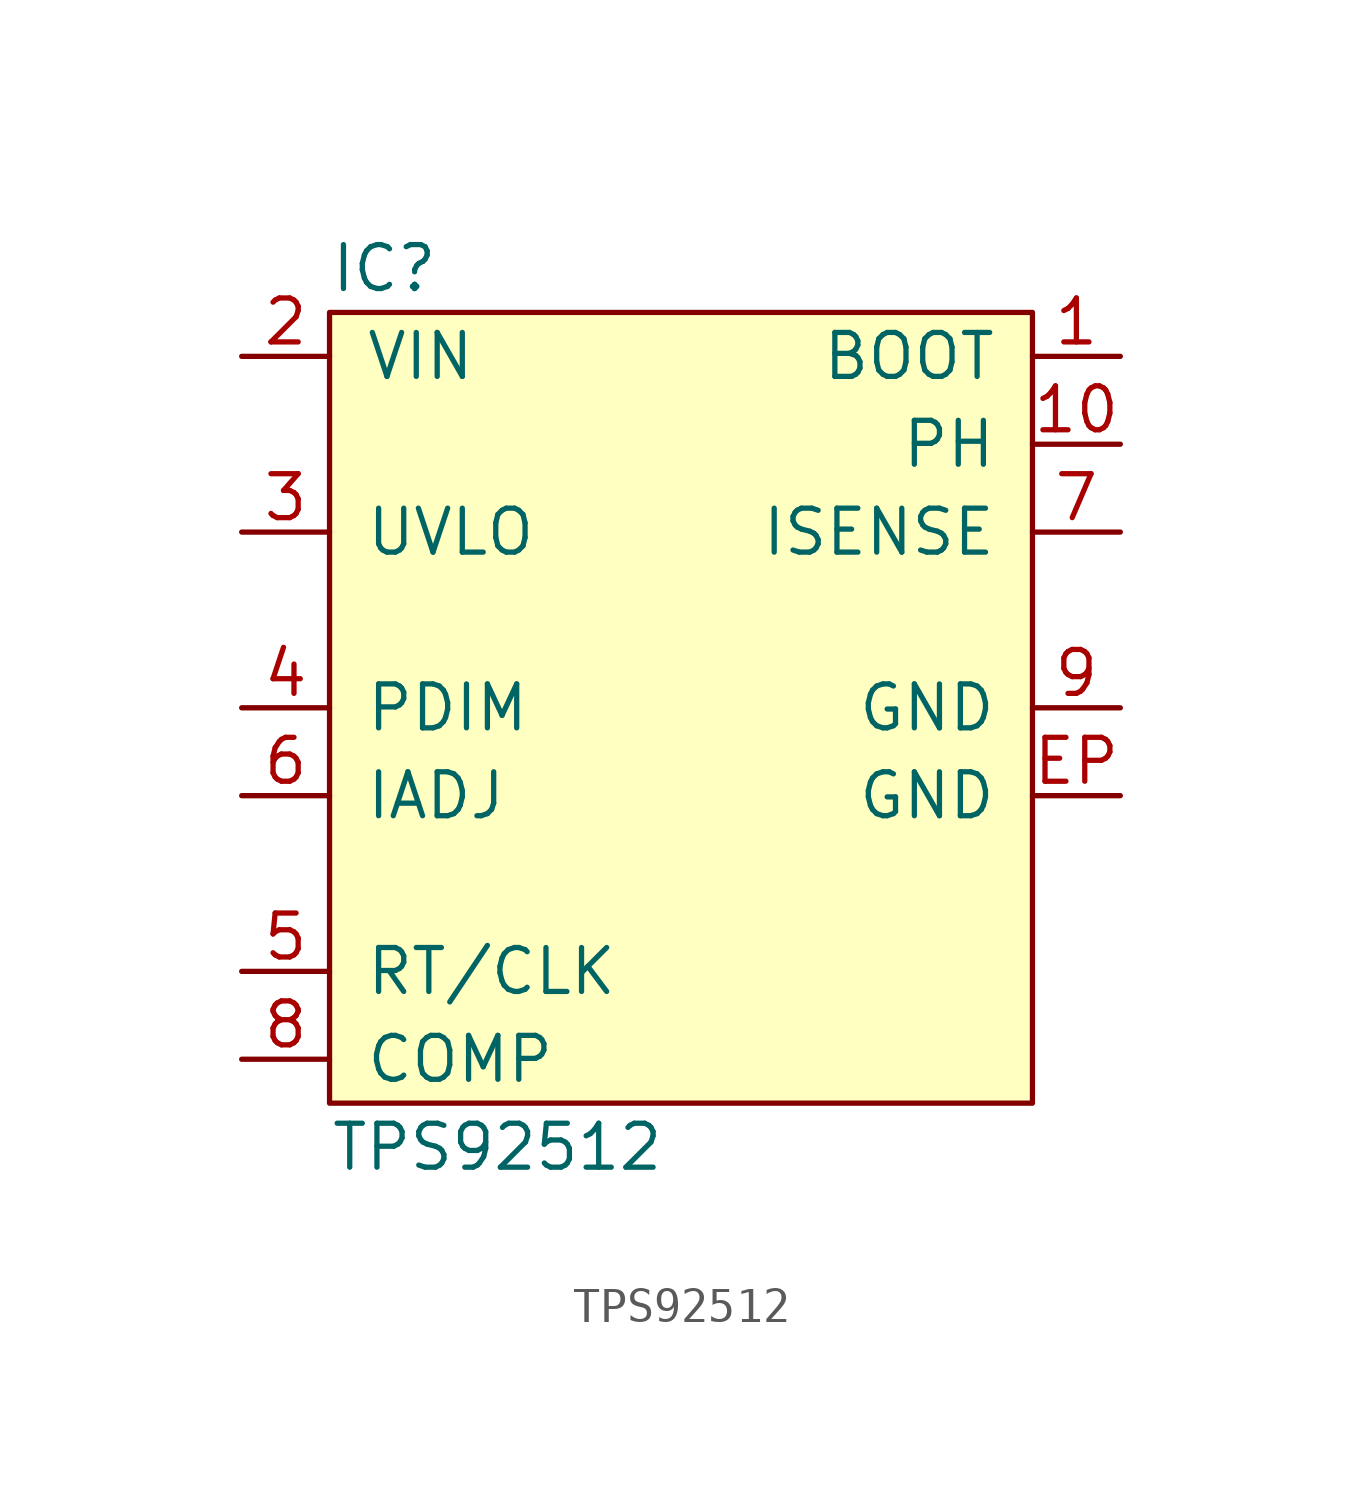
<source format=kicad_sym>
(kicad_symbol_lib
  (version 20211014)
  (generator agg_kicad.build_lib_ic)
  (symbol "TPS92512"
    (pin_names
      (offset 1.016))
    (property Reference IC
      (at -10.16 12.7 0)
      (effects (font (size 1.27 1.27)) (justify left)))
    (property Value "TPS92512"
      (at -10.16 -12.7 0)
      (effects (font (size 1.27 1.27)) (justify left)))
    (symbol "TPS92512_0_0"
      (rectangle (start -10.16 11.43) (end 10.16 -11.43) (stroke (width 0) (type default) (color 0 0 0 0)) (fill (type background)))
      (pin power_in line (at -12.7 10.16 0) (length 2.54) (name VIN (effects (font (size 1.27 1.27)))) (number "2" (effects (font (size 1.27 1.27)))))
      (pin input line (at -12.7 5.08 0) (length 2.54) (name UVLO (effects (font (size 1.27 1.27)))) (number "3" (effects (font (size 1.27 1.27)))))
      (pin input line (at -12.7 0 0) (length 2.54) (name PDIM (effects (font (size 1.27 1.27)))) (number "4" (effects (font (size 1.27 1.27)))))
      (pin input line (at -12.7 -2.54 0) (length 2.54) (name IADJ (effects (font (size 1.27 1.27)))) (number "6" (effects (font (size 1.27 1.27)))))
      (pin input line (at -12.7 -7.62 0) (length 2.54) (name "RT/CLK" (effects (font (size 1.27 1.27)))) (number "5" (effects (font (size 1.27 1.27)))))
      (pin output line (at -12.7 -10.16 0) (length 2.54) (name COMP (effects (font (size 1.27 1.27)))) (number "8" (effects (font (size 1.27 1.27)))))
      (pin output line (at 12.7 10.16 180) (length 2.54) (name BOOT (effects (font (size 1.27 1.27)))) (number "1" (effects (font (size 1.27 1.27)))))
      (pin output line (at 12.7 7.62 180) (length 2.54) (name PH (effects (font (size 1.27 1.27)))) (number "10" (effects (font (size 1.27 1.27)))))
      (pin input line (at 12.7 5.08 180) (length 2.54) (name ISENSE (effects (font (size 1.27 1.27)))) (number "7" (effects (font (size 1.27 1.27)))))
      (pin passive line (at 12.7 0 180) (length 2.54) (name GND (effects (font (size 1.27 1.27)))) (number "9" (effects (font (size 1.27 1.27)))))
      (pin passive line (at 12.7 -2.54 180) (length 2.54) (name GND (effects (font (size 1.27 1.27)))) (number EP (effects (font (size 1.27 1.27))))))))
</source>
